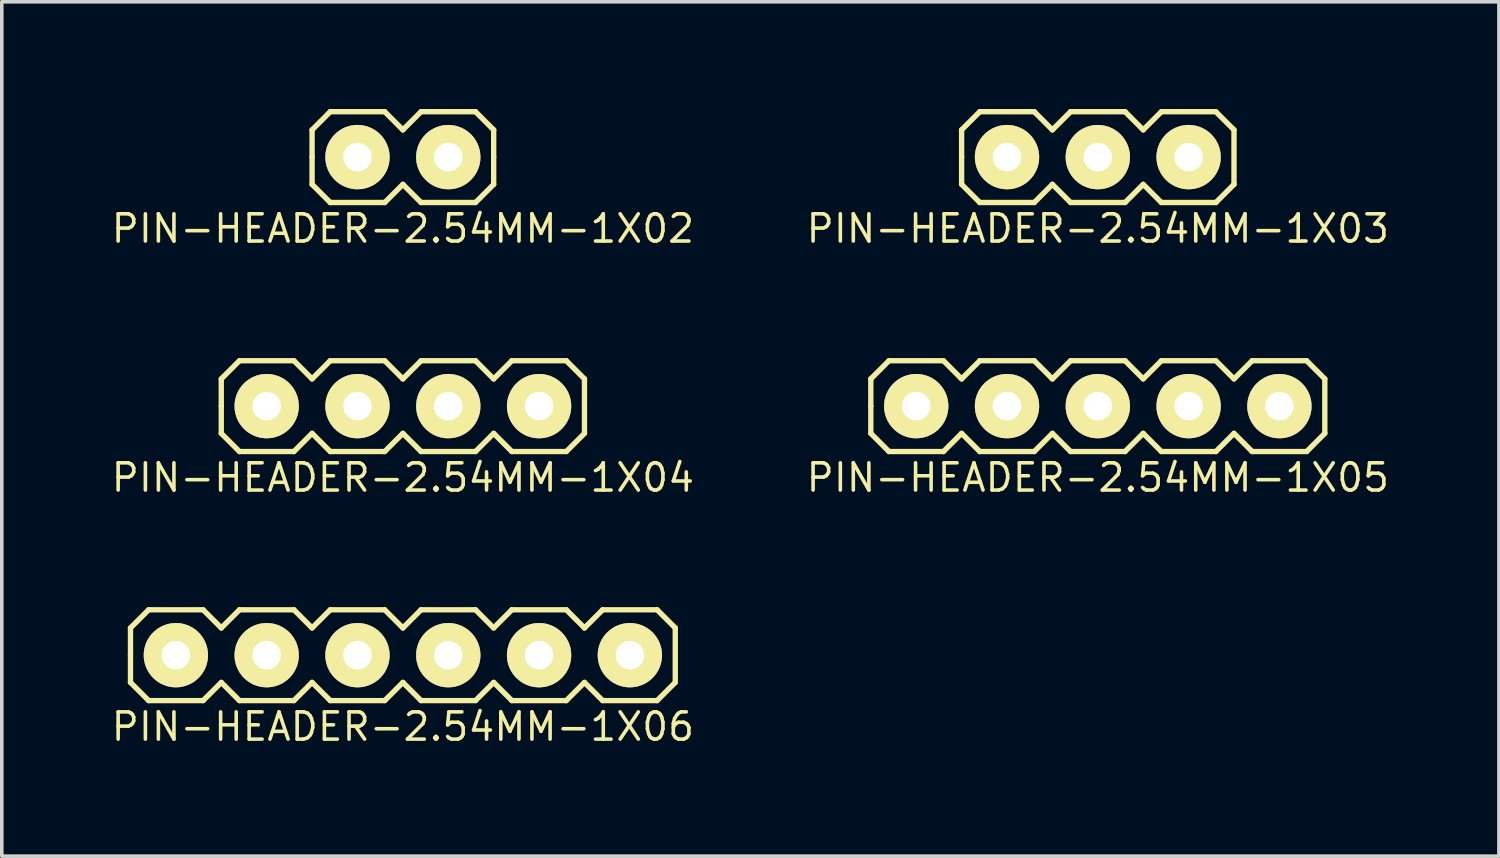
<source format=kicad_pcb>
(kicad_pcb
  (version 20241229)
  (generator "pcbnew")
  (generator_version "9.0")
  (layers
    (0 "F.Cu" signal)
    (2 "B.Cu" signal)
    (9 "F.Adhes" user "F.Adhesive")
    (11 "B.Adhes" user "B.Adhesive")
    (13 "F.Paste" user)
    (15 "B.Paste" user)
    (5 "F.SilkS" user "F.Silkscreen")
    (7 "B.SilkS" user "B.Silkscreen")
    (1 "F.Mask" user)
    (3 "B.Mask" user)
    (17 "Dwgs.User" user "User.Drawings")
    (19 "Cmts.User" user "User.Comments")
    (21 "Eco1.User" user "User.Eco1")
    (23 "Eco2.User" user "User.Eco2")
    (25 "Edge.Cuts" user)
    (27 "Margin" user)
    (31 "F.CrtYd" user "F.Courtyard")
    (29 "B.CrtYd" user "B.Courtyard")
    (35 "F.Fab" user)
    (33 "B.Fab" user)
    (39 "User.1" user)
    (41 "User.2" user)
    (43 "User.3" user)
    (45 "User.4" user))
  (footprint "PIN-HEADER-2.54MM-1X06"
    (layer "F.Cu")
    (at 8.22 15.278)
    (property "Reference" "PIN-HEADER-2.54MM-1X06" (at 0 2 0) (layer "F.SilkS") (effects (font (size 0.762 0.762) (thickness 0.1))))
    (attr through_hole)
    (fp_line (start -7.62 -0.762) (end -7.112 -1.27) (stroke (width 0.15) (type solid)) (layer "F.SilkS"))
    (fp_line (start -7.62 0) (end -7.62 -0.762) (stroke (width 0.15) (type solid)) (layer "F.SilkS"))
    (fp_line (start -7.62 0.762) (end -7.62 0) (stroke (width 0.15) (type solid)) (layer "F.SilkS"))
    (fp_line (start -7.112 -1.27) (end -5.588 -1.27) (stroke (width 0.15) (type solid)) (layer "F.SilkS"))
    (fp_line (start -7.112 1.27) (end -7.62 0.762) (stroke (width 0.15) (type solid)) (layer "F.SilkS"))
    (fp_line (start -5.588 -1.27) (end -5.08 -0.762) (stroke (width 0.15) (type solid)) (layer "F.SilkS"))
    (fp_line (start -5.588 1.27) (end -7.112 1.27) (stroke (width 0.15) (type solid)) (layer "F.SilkS"))
    (fp_line (start -5.08 -0.762) (end -4.572 -1.27) (stroke (width 0.15) (type solid)) (layer "F.SilkS"))
    (fp_line (start -5.08 0.762) (end -5.588 1.27) (stroke (width 0.15) (type solid)) (layer "F.SilkS"))
    (fp_line (start -4.572 -1.27) (end -3.048 -1.27) (stroke (width 0.15) (type solid)) (layer "F.SilkS"))
    (fp_line (start -4.572 1.27) (end -5.08 0.762) (stroke (width 0.15) (type solid)) (layer "F.SilkS"))
    (fp_line (start -3.048 -1.27) (end -2.54 -0.762) (stroke (width 0.15) (type solid)) (layer "F.SilkS"))
    (fp_line (start -3.048 1.27) (end -4.572 1.27) (stroke (width 0.15) (type solid)) (layer "F.SilkS"))
    (fp_line (start -2.54 -0.762) (end -2.032 -1.27) (stroke (width 0.15) (type solid)) (layer "F.SilkS"))
    (fp_line (start -2.54 0.762) (end -3.048 1.27) (stroke (width 0.15) (type solid)) (layer "F.SilkS"))
    (fp_line (start -2.032 -1.27) (end -0.508 -1.27) (stroke (width 0.15) (type solid)) (layer "F.SilkS"))
    (fp_line (start -2.032 1.27) (end -2.54 0.762) (stroke (width 0.15) (type solid)) (layer "F.SilkS"))
    (fp_line (start -0.508 -1.27) (end 0 -0.762) (stroke (width 0.15) (type solid)) (layer "F.SilkS"))
    (fp_line (start -0.508 1.27) (end -2.032 1.27) (stroke (width 0.15) (type solid)) (layer "F.SilkS"))
    (fp_line (start 0 -0.762) (end 0.508 -1.27) (stroke (width 0.15) (type solid)) (layer "F.SilkS"))
    (fp_line (start 0 0.762) (end -0.508 1.27) (stroke (width 0.15) (type solid)) (layer "F.SilkS"))
    (fp_line (start 0.508 -1.27) (end 2.032 -1.27) (stroke (width 0.15) (type solid)) (layer "F.SilkS"))
    (fp_line (start 0.508 1.27) (end 0 0.762) (stroke (width 0.15) (type solid)) (layer "F.SilkS"))
    (fp_line (start 2.032 -1.27) (end 2.54 -0.762) (stroke (width 0.15) (type solid)) (layer "F.SilkS"))
    (fp_line (start 2.032 1.27) (end 0.508 1.27) (stroke (width 0.15) (type solid)) (layer "F.SilkS"))
    (fp_line (start 2.54 -0.762) (end 3.048 -1.27) (stroke (width 0.15) (type solid)) (layer "F.SilkS"))
    (fp_line (start 2.54 0.762) (end 2.032 1.27) (stroke (width 0.15) (type solid)) (layer "F.SilkS"))
    (fp_line (start 3.048 -1.27) (end 4.572 -1.27) (stroke (width 0.15) (type solid)) (layer "F.SilkS"))
    (fp_line (start 3.048 1.27) (end 2.54 0.762) (stroke (width 0.15) (type solid)) (layer "F.SilkS"))
    (fp_line (start 4.572 -1.27) (end 5.08 -0.762) (stroke (width 0.15) (type solid)) (layer "F.SilkS"))
    (fp_line (start 4.572 1.27) (end 3.048 1.27) (stroke (width 0.15) (type solid)) (layer "F.SilkS"))
    (fp_line (start 5.08 -0.762) (end 5.588 -1.27) (stroke (width 0.15) (type solid)) (layer "F.SilkS"))
    (fp_line (start 5.08 0.762) (end 4.572 1.27) (stroke (width 0.15) (type solid)) (layer "F.SilkS"))
    (fp_line (start 5.588 -1.27) (end 7.112 -1.27) (stroke (width 0.15) (type solid)) (layer "F.SilkS"))
    (fp_line (start 5.588 1.27) (end 5.08 0.762) (stroke (width 0.15) (type solid)) (layer "F.SilkS"))
    (fp_line (start 7.112 -1.27) (end 7.62 -0.762) (stroke (width 0.15) (type solid)) (layer "F.SilkS"))
    (fp_line (start 7.112 1.27) (end 5.588 1.27) (stroke (width 0.15) (type solid)) (layer "F.SilkS"))
    (fp_line (start 7.62 -0.762) (end 7.62 0.762) (stroke (width 0.15) (type solid)) (layer "F.SilkS"))
    (fp_line (start 7.62 0.762) (end 7.112 1.27) (stroke (width 0.15) (type solid)) (layer "F.SilkS"))
    (pad "1" thru_hole circle (at -6.35 0) (size 1.8 1.8) (drill 0.8) (layers "*.Cu" "*.Mask" "F.SilkS"))
    (pad "2" thru_hole circle (at -3.81 0) (size 1.8 1.8) (drill 0.8) (layers "*.Cu" "*.Mask" "F.SilkS"))
    (pad "3" thru_hole circle (at -1.27 0) (size 1.8 1.8) (drill 0.8) (layers "*.Cu" "*.Mask" "F.SilkS"))
    (pad "4" thru_hole circle (at 1.27 0) (size 1.8 1.8) (drill 0.8) (layers "*.Cu" "*.Mask" "F.SilkS"))
    (pad "5" thru_hole circle (at 3.81 0) (size 1.8 1.8) (drill 0.8) (layers "*.Cu" "*.Mask" "F.SilkS"))
    (pad "6" thru_hole circle (at 6.35 0) (size 1.8 1.8) (drill 0.8) (layers "*.Cu" "*.Mask" "F.SilkS")))
  (footprint "PIN-HEADER-2.54MM-1X04"
    (layer "F.Cu")
    (at 8.22 8.311)
    (property "Reference" "PIN-HEADER-2.54MM-1X04" (at 0 2 0) (layer "F.SilkS") (effects (font (size 0.762 0.762) (thickness 0.1))))
    (attr through_hole)
    (fp_line (start -5.08 -0.762) (end -4.572 -1.27) (stroke (width 0.15) (type solid)) (layer "F.SilkS"))
    (fp_line (start -5.08 0) (end -5.08 -0.762) (stroke (width 0.15) (type solid)) (layer "F.SilkS"))
    (fp_line (start -5.08 0.762) (end -5.08 0) (stroke (width 0.15) (type solid)) (layer "F.SilkS"))
    (fp_line (start -4.572 -1.27) (end -3.048 -1.27) (stroke (width 0.15) (type solid)) (layer "F.SilkS"))
    (fp_line (start -4.572 1.27) (end -5.08 0.762) (stroke (width 0.15) (type solid)) (layer "F.SilkS"))
    (fp_line (start -3.048 -1.27) (end -2.54 -0.762) (stroke (width 0.15) (type solid)) (layer "F.SilkS"))
    (fp_line (start -3.048 1.27) (end -4.572 1.27) (stroke (width 0.15) (type solid)) (layer "F.SilkS"))
    (fp_line (start -2.54 -0.762) (end -2.032 -1.27) (stroke (width 0.15) (type solid)) (layer "F.SilkS"))
    (fp_line (start -2.54 0.762) (end -3.048 1.27) (stroke (width 0.15) (type solid)) (layer "F.SilkS"))
    (fp_line (start -2.032 -1.27) (end -0.508 -1.27) (stroke (width 0.15) (type solid)) (layer "F.SilkS"))
    (fp_line (start -2.032 1.27) (end -2.54 0.762) (stroke (width 0.15) (type solid)) (layer "F.SilkS"))
    (fp_line (start -0.508 -1.27) (end 0 -0.762) (stroke (width 0.15) (type solid)) (layer "F.SilkS"))
    (fp_line (start -0.508 1.27) (end -2.032 1.27) (stroke (width 0.15) (type solid)) (layer "F.SilkS"))
    (fp_line (start 0 -0.762) (end 0.508 -1.27) (stroke (width 0.15) (type solid)) (layer "F.SilkS"))
    (fp_line (start 0 0.762) (end -0.508 1.27) (stroke (width 0.15) (type solid)) (layer "F.SilkS"))
    (fp_line (start 0.508 -1.27) (end 2.032 -1.27) (stroke (width 0.15) (type solid)) (layer "F.SilkS"))
    (fp_line (start 0.508 1.27) (end 0 0.762) (stroke (width 0.15) (type solid)) (layer "F.SilkS"))
    (fp_line (start 2.032 -1.27) (end 2.54 -0.762) (stroke (width 0.15) (type solid)) (layer "F.SilkS"))
    (fp_line (start 2.032 1.27) (end 0.508 1.27) (stroke (width 0.15) (type solid)) (layer "F.SilkS"))
    (fp_line (start 2.54 -0.762) (end 3.048 -1.27) (stroke (width 0.15) (type solid)) (layer "F.SilkS"))
    (fp_line (start 2.54 0.762) (end 2.032 1.27) (stroke (width 0.15) (type solid)) (layer "F.SilkS"))
    (fp_line (start 3.048 -1.27) (end 4.572 -1.27) (stroke (width 0.15) (type solid)) (layer "F.SilkS"))
    (fp_line (start 3.048 1.27) (end 2.54 0.762) (stroke (width 0.15) (type solid)) (layer "F.SilkS"))
    (fp_line (start 4.572 -1.27) (end 5.08 -0.762) (stroke (width 0.15) (type solid)) (layer "F.SilkS"))
    (fp_line (start 4.572 1.27) (end 3.048 1.27) (stroke (width 0.15) (type solid)) (layer "F.SilkS"))
    (fp_line (start 5.08 -0.762) (end 5.08 0.762) (stroke (width 0.15) (type solid)) (layer "F.SilkS"))
    (fp_line (start 5.08 0.762) (end 4.572 1.27) (stroke (width 0.15) (type solid)) (layer "F.SilkS"))
    (pad "1" thru_hole circle (at -3.81 0) (size 1.8 1.8) (drill 0.8) (layers "*.Cu" "*.Mask" "F.SilkS"))
    (pad "2" thru_hole circle (at -1.27 0) (size 1.8 1.8) (drill 0.8) (layers "*.Cu" "*.Mask" "F.SilkS"))
    (pad "3" thru_hole circle (at 1.27 0) (size 1.8 1.8) (drill 0.8) (layers "*.Cu" "*.Mask" "F.SilkS"))
    (pad "4" thru_hole circle (at 3.81 0) (size 1.8 1.8) (drill 0.8) (layers "*.Cu" "*.Mask" "F.SilkS")))
  (footprint "PIN-HEADER-2.54MM-1X03"
    (layer "F.Cu")
    (at 27.66 1.345)
    (property "Reference" "PIN-HEADER-2.54MM-1X03" (at 0 2 0) (layer "F.SilkS") (effects (font (size 0.762 0.762) (thickness 0.1))))
    (attr through_hole)
    (fp_line (start -3.81 -0.762) (end -3.302 -1.27) (stroke (width 0.15) (type solid)) (layer "F.SilkS"))
    (fp_line (start -3.81 0) (end -3.81 -0.762) (stroke (width 0.15) (type solid)) (layer "F.SilkS"))
    (fp_line (start -3.81 0.762) (end -3.81 0) (stroke (width 0.15) (type solid)) (layer "F.SilkS"))
    (fp_line (start -3.302 -1.27) (end -1.778 -1.27) (stroke (width 0.15) (type solid)) (layer "F.SilkS"))
    (fp_line (start -3.302 1.27) (end -3.81 0.762) (stroke (width 0.15) (type solid)) (layer "F.SilkS"))
    (fp_line (start -1.778 -1.27) (end -1.27 -0.762) (stroke (width 0.15) (type solid)) (layer "F.SilkS"))
    (fp_line (start -1.778 1.27) (end -3.302 1.27) (stroke (width 0.15) (type solid)) (layer "F.SilkS"))
    (fp_line (start -1.27 -0.762) (end -0.762 -1.27) (stroke (width 0.15) (type solid)) (layer "F.SilkS"))
    (fp_line (start -1.27 0.762) (end -1.778 1.27) (stroke (width 0.15) (type solid)) (layer "F.SilkS"))
    (fp_line (start -0.762 -1.27) (end 0.762 -1.27) (stroke (width 0.15) (type solid)) (layer "F.SilkS"))
    (fp_line (start -0.762 1.27) (end -1.27 0.762) (stroke (width 0.15) (type solid)) (layer "F.SilkS"))
    (fp_line (start 0.762 -1.27) (end 1.27 -0.762) (stroke (width 0.15) (type solid)) (layer "F.SilkS"))
    (fp_line (start 0.762 1.27) (end -0.762 1.27) (stroke (width 0.15) (type solid)) (layer "F.SilkS"))
    (fp_line (start 1.27 -0.762) (end 1.778 -1.27) (stroke (width 0.15) (type solid)) (layer "F.SilkS"))
    (fp_line (start 1.27 0.762) (end 0.762 1.27) (stroke (width 0.15) (type solid)) (layer "F.SilkS"))
    (fp_line (start 1.778 -1.27) (end 3.302 -1.27) (stroke (width 0.15) (type solid)) (layer "F.SilkS"))
    (fp_line (start 1.778 1.27) (end 1.27 0.762) (stroke (width 0.15) (type solid)) (layer "F.SilkS"))
    (fp_line (start 3.302 -1.27) (end 3.81 -0.762) (stroke (width 0.15) (type solid)) (layer "F.SilkS"))
    (fp_line (start 3.302 1.27) (end 1.778 1.27) (stroke (width 0.15) (type solid)) (layer "F.SilkS"))
    (fp_line (start 3.81 -0.762) (end 3.81 0.762) (stroke (width 0.15) (type solid)) (layer "F.SilkS"))
    (fp_line (start 3.81 0.762) (end 3.302 1.27) (stroke (width 0.15) (type solid)) (layer "F.SilkS"))
    (pad "1" thru_hole circle (at -2.54 0) (size 1.8 1.8) (drill 0.8) (layers "*.Cu" "*.Mask" "F.SilkS"))
    (pad "2" thru_hole circle (at 0 0) (size 1.8 1.8) (drill 0.8) (layers "*.Cu" "*.Mask" "F.SilkS"))
    (pad "3" thru_hole circle (at 2.54 0) (size 1.8 1.8) (drill 0.8) (layers "*.Cu" "*.Mask" "F.SilkS")))
  (footprint "PIN-HEADER-2.54MM-1X02"
    (layer "F.Cu")
    (at 8.22 1.345)
    (property "Reference" "PIN-HEADER-2.54MM-1X02" (at 0 2 0) (layer "F.SilkS") (effects (font (size 0.762 0.762) (thickness 0.1))))
    (attr through_hole)
    (fp_line (start -2.54 -0.762) (end -2.032 -1.27) (stroke (width 0.15) (type solid)) (layer "F.SilkS"))
    (fp_line (start -2.54 0) (end -2.54 -0.762) (stroke (width 0.15) (type solid)) (layer "F.SilkS"))
    (fp_line (start -2.54 0.762) (end -2.54 0) (stroke (width 0.15) (type solid)) (layer "F.SilkS"))
    (fp_line (start -2.032 -1.27) (end -0.508 -1.27) (stroke (width 0.15) (type solid)) (layer "F.SilkS"))
    (fp_line (start -2.032 1.27) (end -2.54 0.762) (stroke (width 0.15) (type solid)) (layer "F.SilkS"))
    (fp_line (start -0.508 -1.27) (end 0 -0.762) (stroke (width 0.15) (type solid)) (layer "F.SilkS"))
    (fp_line (start -0.508 1.27) (end -2.032 1.27) (stroke (width 0.15) (type solid)) (layer "F.SilkS"))
    (fp_line (start 0 -0.762) (end 0.508 -1.27) (stroke (width 0.15) (type solid)) (layer "F.SilkS"))
    (fp_line (start 0 0.762) (end -0.508 1.27) (stroke (width 0.15) (type solid)) (layer "F.SilkS"))
    (fp_line (start 0.508 -1.27) (end 2.032 -1.27) (stroke (width 0.15) (type solid)) (layer "F.SilkS"))
    (fp_line (start 0.508 1.27) (end 0 0.762) (stroke (width 0.15) (type solid)) (layer "F.SilkS"))
    (fp_line (start 2.032 -1.27) (end 2.54 -0.762) (stroke (width 0.15) (type solid)) (layer "F.SilkS"))
    (fp_line (start 2.032 1.27) (end 0.508 1.27) (stroke (width 0.15) (type solid)) (layer "F.SilkS"))
    (fp_line (start 2.54 -0.762) (end 2.54 0) (stroke (width 0.15) (type solid)) (layer "F.SilkS"))
    (fp_line (start 2.54 0) (end 2.54 0.762) (stroke (width 0.15) (type solid)) (layer "F.SilkS"))
    (fp_line (start 2.54 0.762) (end 2.032 1.27) (stroke (width 0.15) (type solid)) (layer "F.SilkS"))
    (pad "1" thru_hole circle (at -1.27 0) (size 1.8 1.8) (drill 0.8) (layers "*.Cu" "*.Mask" "F.SilkS"))
    (pad "2" thru_hole circle (at 1.27 0) (size 1.8 1.8) (drill 0.8) (layers "*.Cu" "*.Mask" "F.SilkS")))
  (footprint "PIN-HEADER-2.54MM-1X05"
    (layer "F.Cu")
    (at 27.66 8.311)
    (property "Reference" "PIN-HEADER-2.54MM-1X05" (at 0 2 0) (layer "F.SilkS") (effects (font (size 0.762 0.762) (thickness 0.1))))
    (attr through_hole)
    (fp_line (start -6.35 -0.762) (end -5.842 -1.27) (stroke (width 0.15) (type solid)) (layer "F.SilkS"))
    (fp_line (start -6.35 0) (end -6.35 -0.762) (stroke (width 0.15) (type solid)) (layer "F.SilkS"))
    (fp_line (start -6.35 0.762) (end -6.35 0) (stroke (width 0.15) (type solid)) (layer "F.SilkS"))
    (fp_line (start -5.842 -1.27) (end -4.318 -1.27) (stroke (width 0.15) (type solid)) (layer "F.SilkS"))
    (fp_line (start -5.842 1.27) (end -6.35 0.762) (stroke (width 0.15) (type solid)) (layer "F.SilkS"))
    (fp_line (start -4.318 -1.27) (end -3.81 -0.762) (stroke (width 0.15) (type solid)) (layer "F.SilkS"))
    (fp_line (start -4.318 1.27) (end -5.842 1.27) (stroke (width 0.15) (type solid)) (layer "F.SilkS"))
    (fp_line (start -3.81 -0.762) (end -3.302 -1.27) (stroke (width 0.15) (type solid)) (layer "F.SilkS"))
    (fp_line (start -3.81 0.762) (end -4.318 1.27) (stroke (width 0.15) (type solid)) (layer "F.SilkS"))
    (fp_line (start -3.302 -1.27) (end -1.778 -1.27) (stroke (width 0.15) (type solid)) (layer "F.SilkS"))
    (fp_line (start -3.302 1.27) (end -3.81 0.762) (stroke (width 0.15) (type solid)) (layer "F.SilkS"))
    (fp_line (start -1.778 -1.27) (end -1.27 -0.762) (stroke (width 0.15) (type solid)) (layer "F.SilkS"))
    (fp_line (start -1.778 1.27) (end -3.302 1.27) (stroke (width 0.15) (type solid)) (layer "F.SilkS"))
    (fp_line (start -1.27 -0.762) (end -0.762 -1.27) (stroke (width 0.15) (type solid)) (layer "F.SilkS"))
    (fp_line (start -1.27 0.762) (end -1.778 1.27) (stroke (width 0.15) (type solid)) (layer "F.SilkS"))
    (fp_line (start -0.762 -1.27) (end 0.762 -1.27) (stroke (width 0.15) (type solid)) (layer "F.SilkS"))
    (fp_line (start -0.762 1.27) (end -1.27 0.762) (stroke (width 0.15) (type solid)) (layer "F.SilkS"))
    (fp_line (start 0.762 -1.27) (end 1.27 -0.762) (stroke (width 0.15) (type solid)) (layer "F.SilkS"))
    (fp_line (start 0.762 1.27) (end -0.762 1.27) (stroke (width 0.15) (type solid)) (layer "F.SilkS"))
    (fp_line (start 1.27 -0.762) (end 1.778 -1.27) (stroke (width 0.15) (type solid)) (layer "F.SilkS"))
    (fp_line (start 1.27 0.762) (end 0.762 1.27) (stroke (width 0.15) (type solid)) (layer "F.SilkS"))
    (fp_line (start 1.778 -1.27) (end 3.302 -1.27) (stroke (width 0.15) (type solid)) (layer "F.SilkS"))
    (fp_line (start 1.778 1.27) (end 1.27 0.762) (stroke (width 0.15) (type solid)) (layer "F.SilkS"))
    (fp_line (start 3.302 -1.27) (end 3.81 -0.762) (stroke (width 0.15) (type solid)) (layer "F.SilkS"))
    (fp_line (start 3.302 1.27) (end 1.778 1.27) (stroke (width 0.15) (type solid)) (layer "F.SilkS"))
    (fp_line (start 3.81 -0.762) (end 4.318 -1.27) (stroke (width 0.15) (type solid)) (layer "F.SilkS"))
    (fp_line (start 3.81 0.762) (end 3.302 1.27) (stroke (width 0.15) (type solid)) (layer "F.SilkS"))
    (fp_line (start 4.318 -1.27) (end 5.842 -1.27) (stroke (width 0.15) (type solid)) (layer "F.SilkS"))
    (fp_line (start 4.318 1.27) (end 3.81 0.762) (stroke (width 0.15) (type solid)) (layer "F.SilkS"))
    (fp_line (start 5.842 -1.27) (end 6.35 -0.762) (stroke (width 0.15) (type solid)) (layer "F.SilkS"))
    (fp_line (start 5.842 1.27) (end 4.318 1.27) (stroke (width 0.15) (type solid)) (layer "F.SilkS"))
    (fp_line (start 6.35 -0.762) (end 6.35 0.762) (stroke (width 0.15) (type solid)) (layer "F.SilkS"))
    (fp_line (start 6.35 0.762) (end 5.842 1.27) (stroke (width 0.15) (type solid)) (layer "F.SilkS"))
    (pad "1" thru_hole circle (at -5.08 0) (size 1.8 1.8) (drill 0.8) (layers "*.Cu" "*.Mask" "F.SilkS"))
    (pad "2" thru_hole circle (at -2.54 0) (size 1.8 1.8) (drill 0.8) (layers "*.Cu" "*.Mask" "F.SilkS"))
    (pad "3" thru_hole circle (at 0 0) (size 1.8 1.8) (drill 0.8) (layers "*.Cu" "*.Mask" "F.SilkS"))
    (pad "4" thru_hole circle (at 2.54 0) (size 1.8 1.8) (drill 0.8) (layers "*.Cu" "*.Mask" "F.SilkS"))
    (pad "5" thru_hole circle (at 5.08 0) (size 1.8 1.8) (drill 0.8) (layers "*.Cu" "*.Mask" "F.SilkS")))
  (gr_rect
    (start -3 -3)
    (end 38.88 20.899)
    (stroke (width 0.1) (type default))
    (fill no)
    (layer "Edge.Cuts")))
</source>
